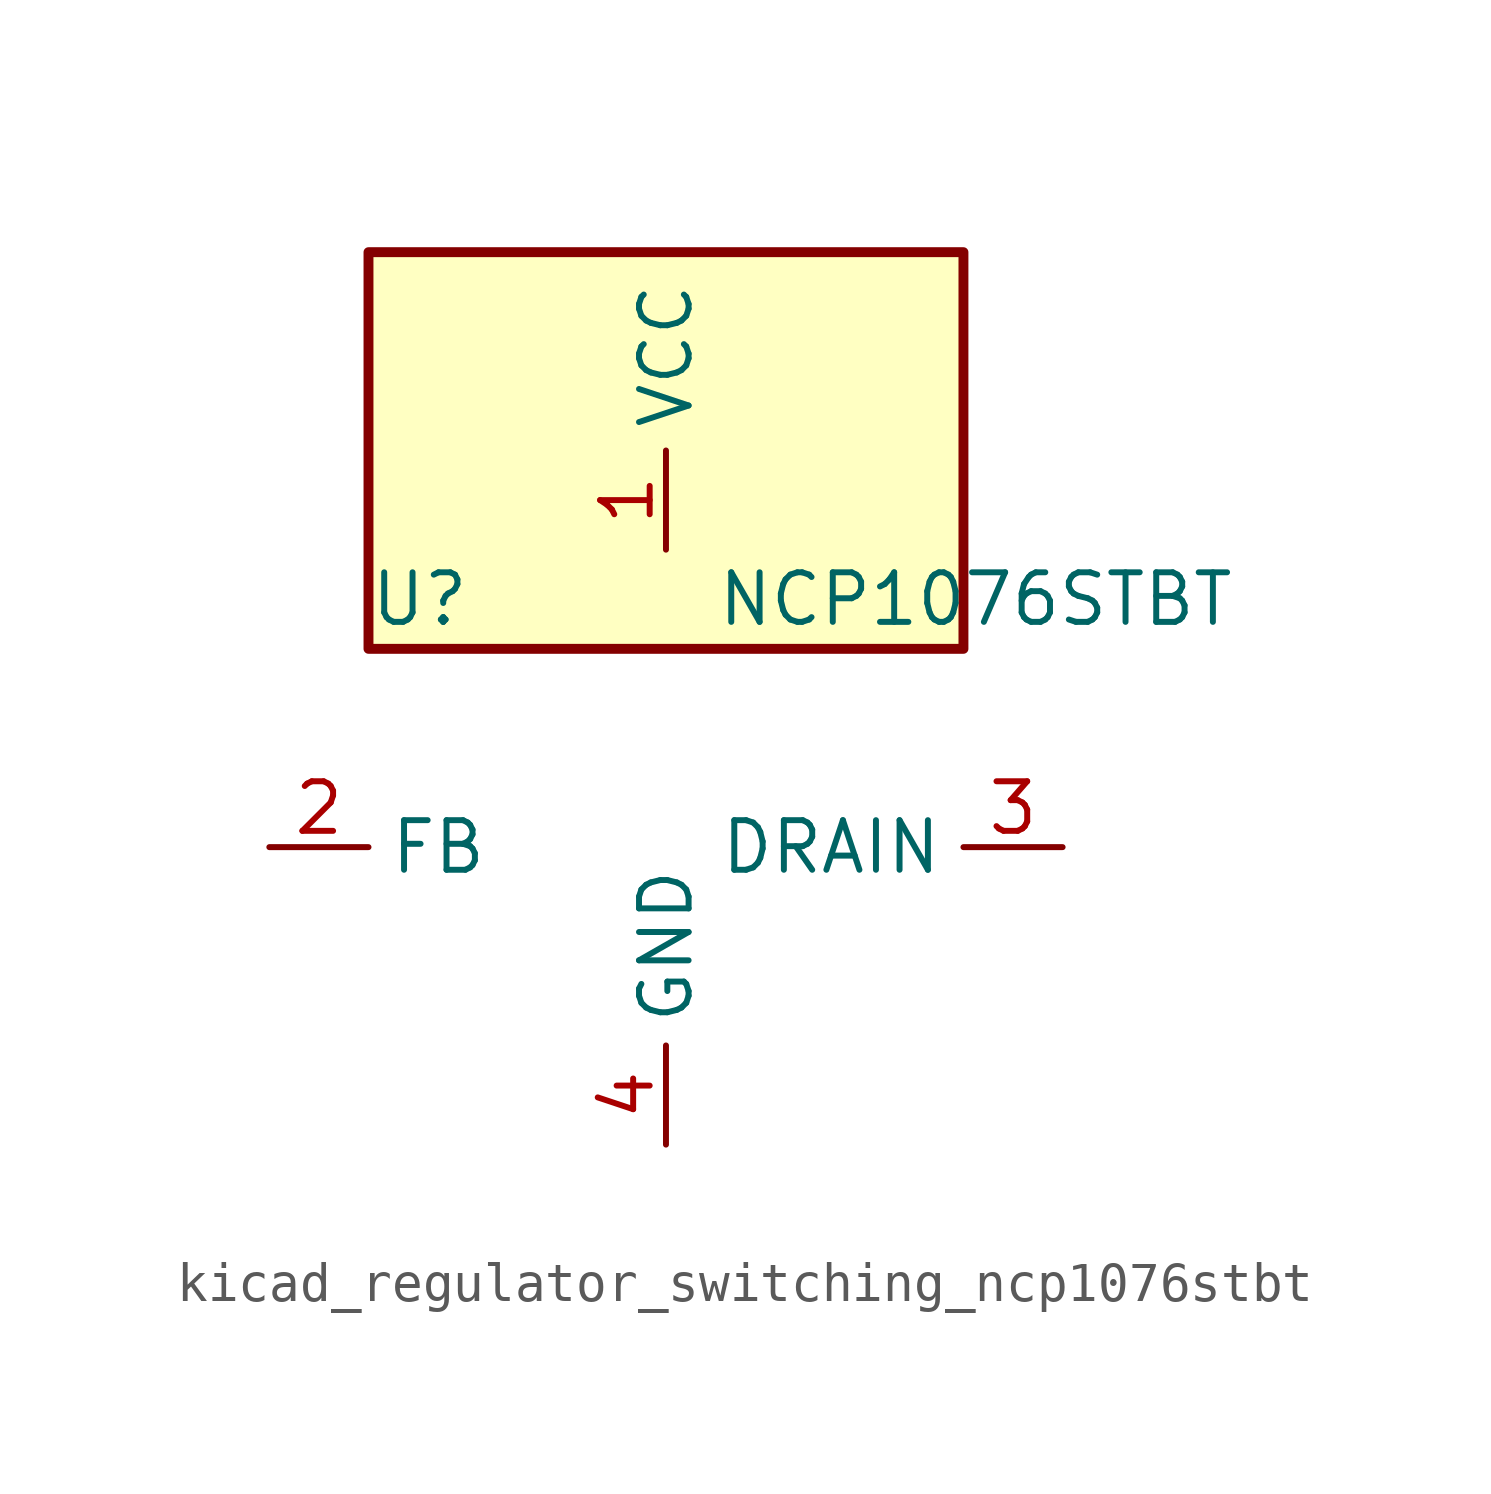
<source format=kicad_sym>
(kicad_symbol_lib
  (version 20220914)
  (generator kicad_symbol_editor)
  (symbol "kicad_regulator_switching_ncp1076stbt"
    (property "Reference" "U"
      (at -7.62 6.35 0)
      (effects (font (size 1.27 1.27)) (justify left)))
    (property "Value" "NCP1076STBT"
      (at 1.27 6.35 0)
      (effects (font (size 1.27 1.27)) (justify left)))
    (symbol "kicad_regulator_switching_ncp1076stbt_0_1"
      (rectangle (start 7.62 15.24) (end -7.62 5.08) (stroke (width 0.254) (type default)) (fill (type background))))
    (symbol "kicad_regulator_switching_ncp1076stbt_1_1"
      (pin power_in line (at 0 7.62 90) (length 2.54) (name "VCC" (effects (font (size 1.27 1.27)))) (number "1" (effects (font (size 1.27 1.27)))))
      (pin input line (at -10.16 0 0) (length 2.54) (name "FB" (effects (font (size 1.27 1.27)))) (number "2" (effects (font (size 1.27 1.27)))))
      (pin open_collector line (at 10.16 0 180) (length 2.54) (name "DRAIN" (effects (font (size 1.27 1.27)))) (number "3" (effects (font (size 1.27 1.27)))))
      (pin power_in line (at 0 -7.62 90) (length 2.54) (name "GND" (effects (font (size 1.27 1.27)))) (number "4" (effects (font (size 1.27 1.27))))))))
</source>
